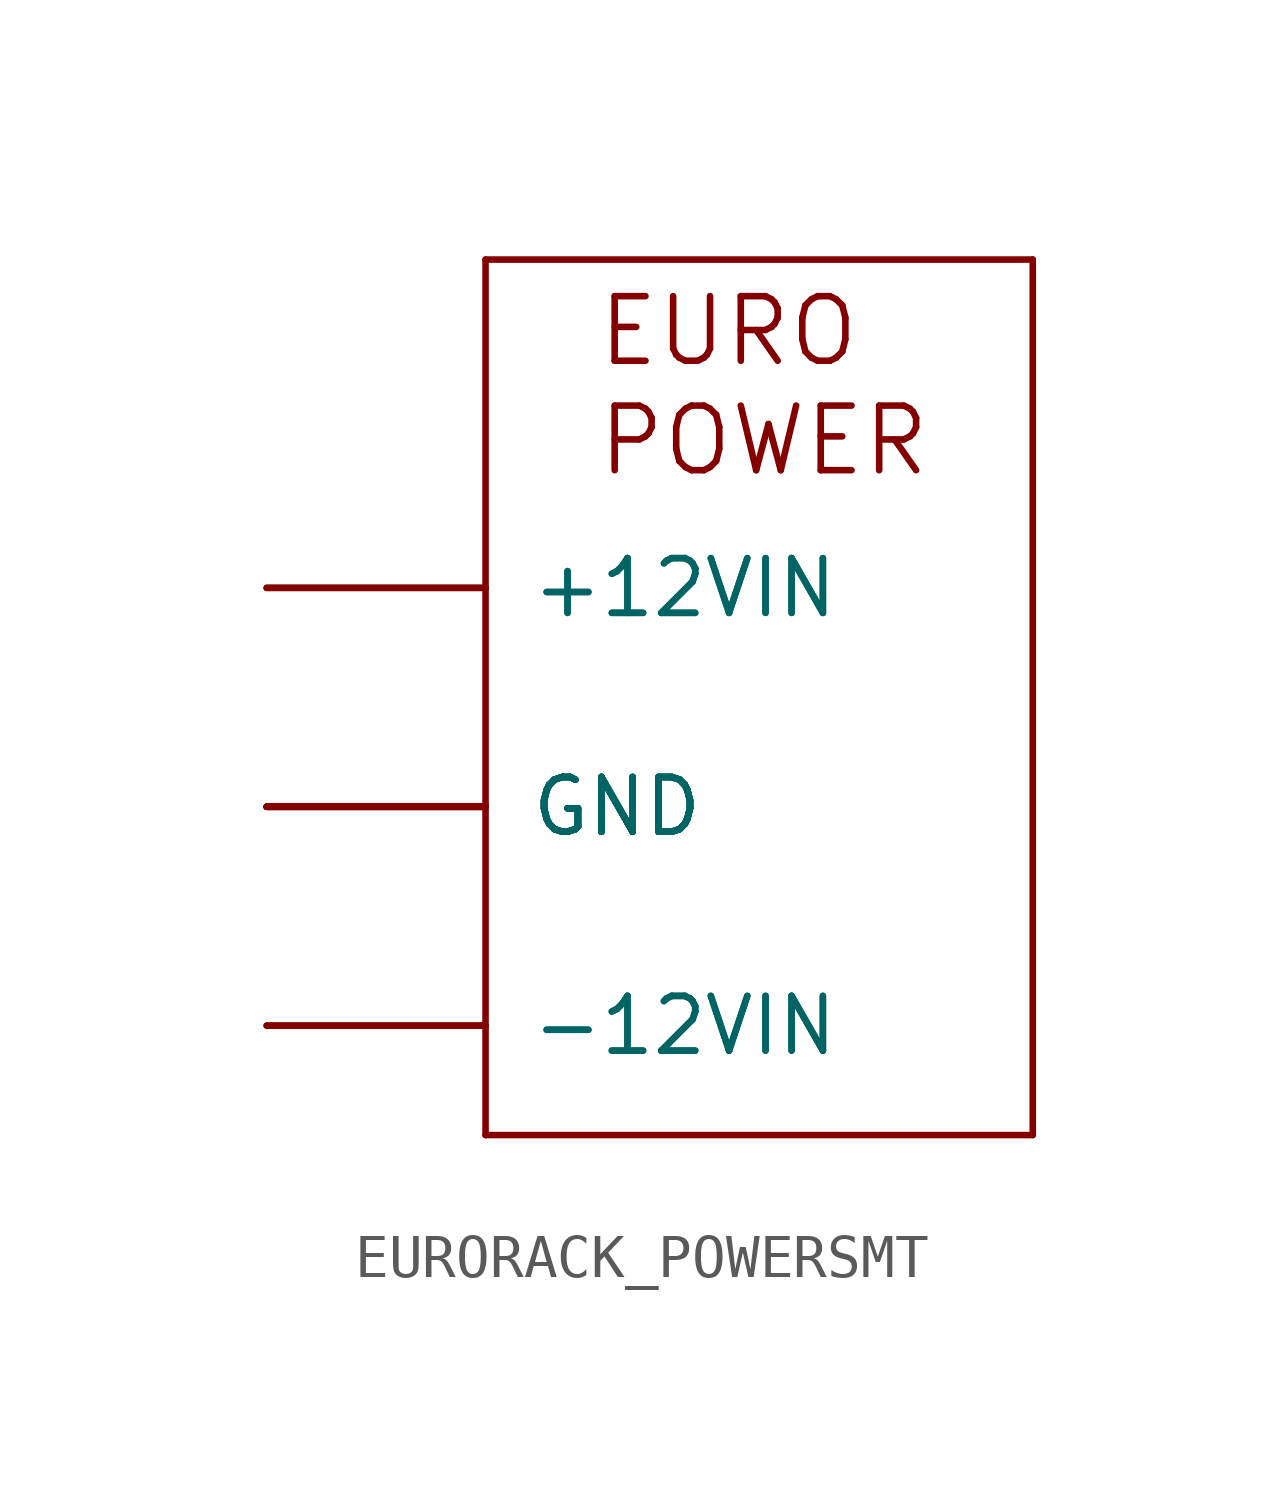
<source format=kicad_sym>
(kicad_symbol_lib
  (version 20231120)
  (generator "kicad_symbol_editor")
  (generator_version "8.0")
  (symbol "EURORACK_POWERSMT"
    (pin_names
      (offset 1.016))
    (property "Reference" "EP"
      (at 0 0 0)
      (effects (font (size 1.27 1.27)) (hide yes)))
    (property "ki_locked" ""
      (at 0 0 0)
      (effects (font (size 1.27 1.27))))
    (symbol "EURORACK_POWERSMT_1_0"
      (polyline (pts (xy -5.08 -10.16) (xy 7.62 -10.16)) (stroke (width 0) (type solid)) (fill (type none)))
      (polyline (pts (xy -5.08 10.16) (xy -5.08 -10.16)) (stroke (width 0) (type solid)) (fill (type none)))
      (polyline (pts (xy 7.62 -10.16) (xy 7.62 10.16)) (stroke (width 0) (type solid)) (fill (type none)))
      (polyline (pts (xy 7.62 10.16) (xy -5.08 10.16)) (stroke (width 0) (type solid)) (fill (type none)))
      (text "EURO" (at -2.54 7.62 0) (effects (font (size 1.499 1.499)) (justify left bottom)))
      (text "POWER" (at -2.54 5.08 0) (effects (font (size 1.499 1.499)) (justify left bottom)))
      (pin bidirectional line (at -10.16 -2.54 0) (length 5.08) (name "GND" (effects (font (size 1.27 1.27)))) (number "GND1A" (effects (font (size 0 0)))))
      (pin bidirectional line (at -10.16 -2.54 0) (length 5.08) (name "GND" (effects (font (size 1.27 1.27)))) (number "GND1B" (effects (font (size 0 0)))))
      (pin bidirectional line (at -10.16 -2.54 0) (length 5.08) (name "GND" (effects (font (size 1.27 1.27)))) (number "GND2A" (effects (font (size 0 0)))))
      (pin bidirectional line (at -10.16 -2.54 0) (length 5.08) (name "GND" (effects (font (size 1.27 1.27)))) (number "GND2B" (effects (font (size 0 0)))))
      (pin bidirectional line (at -10.16 -2.54 0) (length 5.08) (name "GND" (effects (font (size 1.27 1.27)))) (number "GND3A" (effects (font (size 0 0)))))
      (pin bidirectional line (at -10.16 -2.54 0) (length 5.08) (name "GND" (effects (font (size 1.27 1.27)))) (number "GND3B" (effects (font (size 0 0)))))
      (pin bidirectional line (at -10.16 -7.62 0) (length 5.08) (name "-12VIN" (effects (font (size 1.27 1.27)))) (number "N12VA" (effects (font (size 0 0)))))
      (pin bidirectional line (at -10.16 -7.62 0) (length 5.08) (name "-12VIN" (effects (font (size 1.27 1.27)))) (number "N12VB" (effects (font (size 0 0)))))
      (pin bidirectional line (at -10.16 2.54 0) (length 5.08) (name "+12VIN" (effects (font (size 1.27 1.27)))) (number "P12VA" (effects (font (size 0 0)))))
      (pin bidirectional line (at -10.16 2.54 0) (length 5.08) (name "+12VIN" (effects (font (size 1.27 1.27)))) (number "P12VB" (effects (font (size 0 0))))))))
</source>
